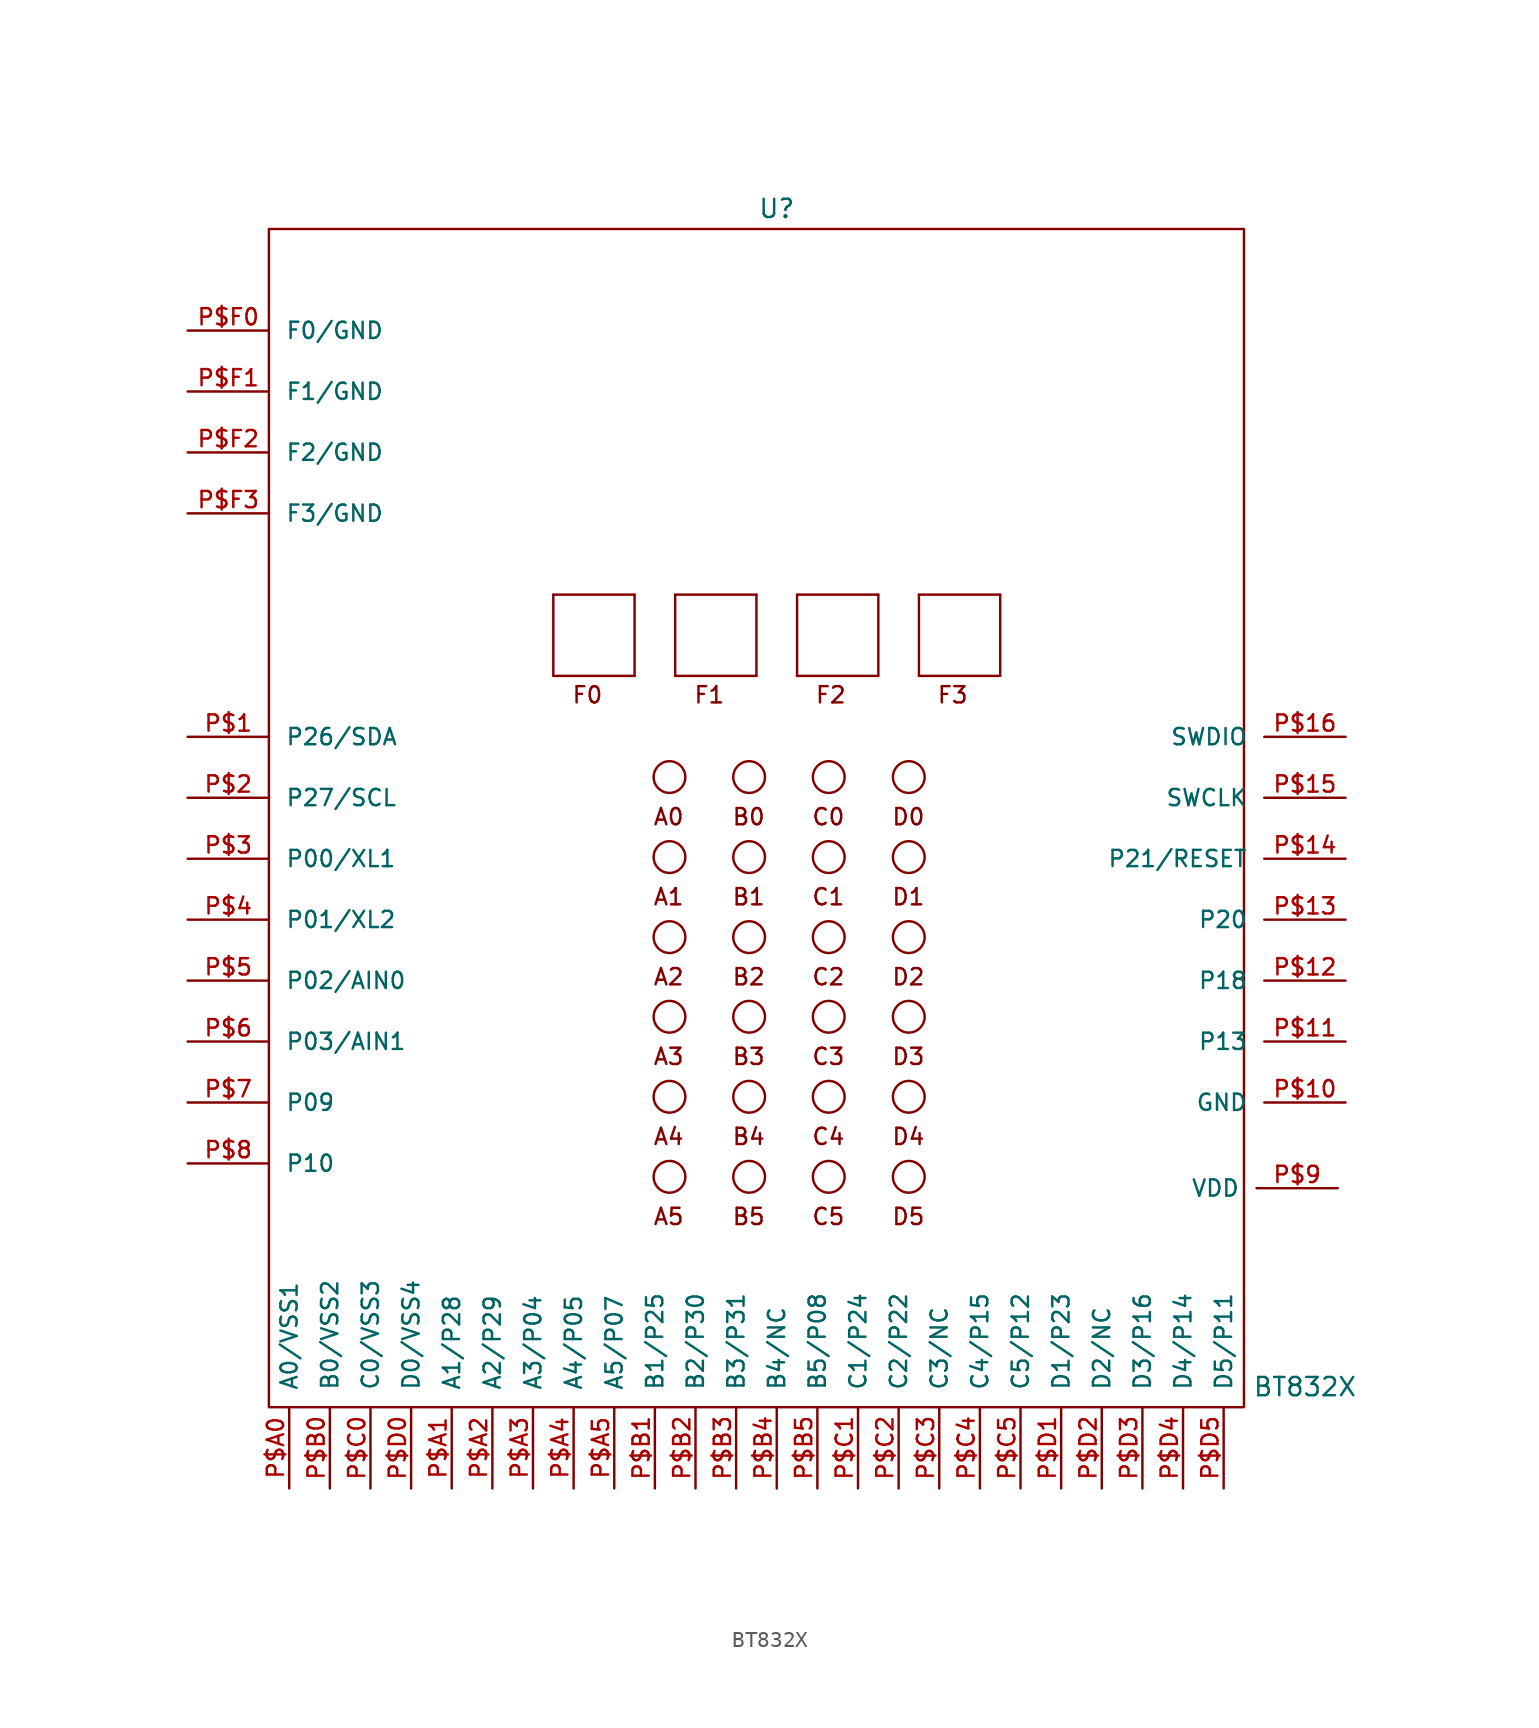
<source format=kicad_sym>
(kicad_symbol_lib
  (version 20220914)
  (generator kicad_symbol_editor)
  (symbol "BT832X"
    (pin_names
      (offset 1.016))
    (property "Reference" "U"
      (at 0 48.26 0)
      (effects (font (size 1.143 1.143))))
    (property "Value" "BT832X"
      (at 33.02 -25.4 0)
      (effects (font (size 1.143 1.143))))
    (property "ki_locked" ""
      (at 0 0 0)
      (effects (font (size 1.27 1.27))))
    (symbol "BT832X_0_1"
      (rectangle (start -31.75 46.99) (end 29.21 -26.67) (stroke (width 0) (type solid)) (fill (type none))))
    (symbol "BT832X_1_0"
      (polyline (pts (xy -13.97 19.05) (xy -13.97 24.13)) (stroke (width 0) (type solid)) (fill (type none)))
      (polyline (pts (xy -13.97 24.13) (xy -8.89 24.13)) (stroke (width 0) (type solid)) (fill (type none)))
      (polyline (pts (xy -8.89 19.05) (xy -13.97 19.05)) (stroke (width 0) (type solid)) (fill (type none)))
      (polyline (pts (xy -8.89 24.13) (xy -8.89 19.05)) (stroke (width 0) (type solid)) (fill (type none)))
      (polyline (pts (xy -6.35 19.05) (xy -6.35 24.13)) (stroke (width 0) (type solid)) (fill (type none)))
      (polyline (pts (xy -6.35 24.13) (xy -1.27 24.13)) (stroke (width 0) (type solid)) (fill (type none)))
      (polyline (pts (xy -1.27 19.05) (xy -6.35 19.05)) (stroke (width 0) (type solid)) (fill (type none)))
      (polyline (pts (xy -1.27 24.13) (xy -1.27 19.05)) (stroke (width 0) (type solid)) (fill (type none)))
      (polyline (pts (xy 1.27 19.05) (xy 1.27 24.13)) (stroke (width 0) (type solid)) (fill (type none)))
      (polyline (pts (xy 1.27 24.13) (xy 6.35 24.13)) (stroke (width 0) (type solid)) (fill (type none)))
      (polyline (pts (xy 6.35 19.05) (xy 1.27 19.05)) (stroke (width 0) (type solid)) (fill (type none)))
      (polyline (pts (xy 6.35 24.13) (xy 6.35 19.05)) (stroke (width 0) (type solid)) (fill (type none)))
      (polyline (pts (xy 8.89 19.05) (xy 8.89 24.13)) (stroke (width 0) (type solid)) (fill (type none)))
      (polyline (pts (xy 8.89 24.13) (xy 13.97 24.13)) (stroke (width 0) (type solid)) (fill (type none)))
      (polyline (pts (xy 13.97 19.05) (xy 8.89 19.05)) (stroke (width 0) (type solid)) (fill (type none)))
      (polyline (pts (xy 13.97 24.13) (xy 13.97 19.05)) (stroke (width 0) (type solid)) (fill (type none)))
      (text "A0" (at -6.756 10.236 0) (effects (font (size 1.016 1.016))))
      (text "A1" (at -6.756 5.232 0) (effects (font (size 1.016 1.016))))
      (text "A2" (at -6.756 0.229 0) (effects (font (size 1.016 1.016))))
      (text "A3" (at -6.756 -4.75 0) (effects (font (size 1.016 1.016))))
      (text "A4" (at -6.756 -9.754 0) (effects (font (size 1.016 1.016))))
      (text "A5" (at -6.756 -14.757 0) (effects (font (size 1.016 1.016))))
      (text "B0" (at -1.753 10.236 0) (effects (font (size 1.016 1.016))))
      (text "B1" (at -1.753 5.232 0) (effects (font (size 1.016 1.016))))
      (text "B2" (at -1.753 0.229 0) (effects (font (size 1.016 1.016))))
      (text "B3" (at -1.753 -4.75 0) (effects (font (size 1.016 1.016))))
      (text "B4" (at -1.753 -9.754 0) (effects (font (size 1.016 1.016))))
      (text "B5" (at -1.753 -14.757 0) (effects (font (size 1.016 1.016))))
      (text "C0" (at 3.226 10.236 0) (effects (font (size 1.016 1.016))))
      (text "C1" (at 3.226 5.232 0) (effects (font (size 1.016 1.016))))
      (text "C2" (at 3.226 0.229 0) (effects (font (size 1.016 1.016))))
      (text "C3" (at 3.226 -4.75 0) (effects (font (size 1.016 1.016))))
      (text "C4" (at 3.226 -9.754 0) (effects (font (size 1.016 1.016))))
      (text "C5" (at 3.226 -14.757 0) (effects (font (size 1.016 1.016))))
      (text "D0" (at 8.23 10.236 0) (effects (font (size 1.016 1.016))))
      (text "D1" (at 8.23 5.232 0) (effects (font (size 1.016 1.016))))
      (text "D2" (at 8.23 0.229 0) (effects (font (size 1.016 1.016))))
      (text "D3" (at 8.23 -4.75 0) (effects (font (size 1.016 1.016))))
      (text "D4" (at 8.23 -9.754 0) (effects (font (size 1.016 1.016))))
      (text "D5" (at 8.23 -14.757 0) (effects (font (size 1.016 1.016))))
      (text "F0" (at -11.836 17.856 0) (effects (font (size 1.016 1.016))))
      (text "F1" (at -4.216 17.856 0) (effects (font (size 1.016 1.016))))
      (text "F2" (at 3.378 17.856 0) (effects (font (size 1.016 1.016))))
      (text "F3" (at 10.998 17.856 0) (effects (font (size 1.016 1.016)))))
    (symbol "BT832X_1_1"
      (circle (center -6.706 -12.268) (radius 0.991) (stroke (width 0) (type solid)) (fill (type none)))
      (circle (center -6.706 -7.264) (radius 0.991) (stroke (width 0) (type solid)) (fill (type none)))
      (circle (center -6.706 -2.261) (radius 0.991) (stroke (width 0) (type solid)) (fill (type none)))
      (circle (center -6.706 2.718) (radius 0.991) (stroke (width 0) (type solid)) (fill (type none)))
      (circle (center -6.706 7.722) (radius 0.991) (stroke (width 0) (type solid)) (fill (type none)))
      (circle (center -6.706 12.725) (radius 0.991) (stroke (width 0) (type solid)) (fill (type none)))
      (circle (center -1.727 -12.268) (radius 0.991) (stroke (width 0) (type solid)) (fill (type none)))
      (circle (center -1.727 -7.264) (radius 0.991) (stroke (width 0) (type solid)) (fill (type none)))
      (circle (center -1.727 -2.261) (radius 0.991) (stroke (width 0) (type solid)) (fill (type none)))
      (circle (center -1.727 2.718) (radius 0.991) (stroke (width 0) (type solid)) (fill (type none)))
      (circle (center -1.727 7.722) (radius 0.991) (stroke (width 0) (type solid)) (fill (type none)))
      (circle (center -1.727 12.725) (radius 0.991) (stroke (width 0) (type solid)) (fill (type none)))
      (circle (center 3.251 -12.268) (radius 0.991) (stroke (width 0) (type solid)) (fill (type none)))
      (circle (center 3.251 -7.264) (radius 0.991) (stroke (width 0) (type solid)) (fill (type none)))
      (circle (center 3.251 -2.261) (radius 0.991) (stroke (width 0) (type solid)) (fill (type none)))
      (circle (center 3.251 2.718) (radius 0.991) (stroke (width 0) (type solid)) (fill (type none)))
      (circle (center 3.251 7.722) (radius 0.991) (stroke (width 0) (type solid)) (fill (type none)))
      (circle (center 3.251 12.725) (radius 0.991) (stroke (width 0) (type solid)) (fill (type none)))
      (circle (center 8.255 -12.268) (radius 0.991) (stroke (width 0) (type solid)) (fill (type none)))
      (circle (center 8.255 -7.264) (radius 0.991) (stroke (width 0) (type solid)) (fill (type none)))
      (circle (center 8.255 -2.261) (radius 0.991) (stroke (width 0) (type solid)) (fill (type none)))
      (circle (center 8.255 2.718) (radius 0.991) (stroke (width 0) (type solid)) (fill (type none)))
      (circle (center 8.255 7.722) (radius 0.991) (stroke (width 0) (type solid)) (fill (type none)))
      (circle (center 8.255 12.725) (radius 0.991) (stroke (width 0) (type solid)) (fill (type none)))
      (pin bidirectional line (at -36.83 15.24 0) (length 5.08) (name "P26/SDA" (effects (font (size 1.016 1.016)))) (number "P$1" (effects (font (size 1.016 1.016)))))
      (pin bidirectional line (at 35.56 -7.62 180) (length 5.08) (name "GND" (effects (font (size 1.016 1.016)))) (number "P$10" (effects (font (size 1.016 1.016)))))
      (pin bidirectional line (at 35.56 -3.81 180) (length 5.08) (name "P13" (effects (font (size 1.016 1.016)))) (number "P$11" (effects (font (size 1.016 1.016)))))
      (pin bidirectional line (at 35.56 0 180) (length 5.08) (name "P18" (effects (font (size 1.016 1.016)))) (number "P$12" (effects (font (size 1.016 1.016)))))
      (pin bidirectional line (at 35.56 3.81 180) (length 5.08) (name "P20" (effects (font (size 1.016 1.016)))) (number "P$13" (effects (font (size 1.016 1.016)))))
      (pin bidirectional line (at 35.56 7.62 180) (length 5.08) (name "P21/RESET" (effects (font (size 1.016 1.016)))) (number "P$14" (effects (font (size 1.016 1.016)))))
      (pin bidirectional line (at 35.56 11.43 180) (length 5.08) (name "SWCLK" (effects (font (size 1.016 1.016)))) (number "P$15" (effects (font (size 1.016 1.016)))))
      (pin bidirectional line (at 35.56 15.24 180) (length 5.08) (name "SWDIO" (effects (font (size 1.016 1.016)))) (number "P$16" (effects (font (size 1.016 1.016)))))
      (pin bidirectional line (at -36.83 11.43 0) (length 5.08) (name "P27/SCL" (effects (font (size 1.016 1.016)))) (number "P$2" (effects (font (size 1.016 1.016)))))
      (pin bidirectional line (at -36.83 7.62 0) (length 5.08) (name "P00/XL1" (effects (font (size 1.016 1.016)))) (number "P$3" (effects (font (size 1.016 1.016)))))
      (pin bidirectional line (at -36.83 3.81 0) (length 5.08) (name "P01/XL2" (effects (font (size 1.016 1.016)))) (number "P$4" (effects (font (size 1.016 1.016)))))
      (pin bidirectional line (at -36.83 0 0) (length 5.08) (name "P02/AIN0" (effects (font (size 1.016 1.016)))) (number "P$5" (effects (font (size 1.016 1.016)))))
      (pin bidirectional line (at -36.83 -3.81 0) (length 5.08) (name "P03/AIN1" (effects (font (size 1.016 1.016)))) (number "P$6" (effects (font (size 1.016 1.016)))))
      (pin bidirectional line (at -36.83 -7.62 0) (length 5.08) (name "P09" (effects (font (size 1.016 1.016)))) (number "P$7" (effects (font (size 1.016 1.016)))))
      (pin bidirectional line (at -36.83 -11.43 0) (length 5.08) (name "P10" (effects (font (size 1.016 1.016)))) (number "P$8" (effects (font (size 1.016 1.016)))))
      (pin bidirectional line (at 35.077 -12.979 180) (length 5.08) (name "VDD" (effects (font (size 1.016 1.016)))) (number "P$9" (effects (font (size 1.016 1.016)))))
      (pin bidirectional line (at -30.48 -31.75 90) (length 5.08) (name "A0/VSS1" (effects (font (size 1.016 1.016)))) (number "P$A0" (effects (font (size 1.016 1.016)))))
      (pin bidirectional line (at -20.32 -31.75 90) (length 5.08) (name "A1/P28" (effects (font (size 1.016 1.016)))) (number "P$A1" (effects (font (size 1.016 1.016)))))
      (pin bidirectional line (at -17.78 -31.75 90) (length 5.08) (name "A2/P29" (effects (font (size 1.016 1.016)))) (number "P$A2" (effects (font (size 1.016 1.016)))))
      (pin bidirectional line (at -15.24 -31.75 90) (length 5.08) (name "A3/P04" (effects (font (size 1.016 1.016)))) (number "P$A3" (effects (font (size 1.016 1.016)))))
      (pin bidirectional line (at -12.7 -31.75 90) (length 5.08) (name "A4/P05" (effects (font (size 1.016 1.016)))) (number "P$A4" (effects (font (size 1.016 1.016)))))
      (pin bidirectional line (at -10.16 -31.75 90) (length 5.08) (name "A5/P07" (effects (font (size 1.016 1.016)))) (number "P$A5" (effects (font (size 1.016 1.016)))))
      (pin bidirectional line (at -27.94 -31.75 90) (length 5.08) (name "B0/VSS2" (effects (font (size 1.016 1.016)))) (number "P$B0" (effects (font (size 1.016 1.016)))))
      (pin bidirectional line (at -7.62 -31.75 90) (length 5.08) (name "B1/P25" (effects (font (size 1.016 1.016)))) (number "P$B1" (effects (font (size 1.016 1.016)))))
      (pin bidirectional line (at -5.08 -31.75 90) (length 5.08) (name "B2/P30" (effects (font (size 1.016 1.016)))) (number "P$B2" (effects (font (size 1.016 1.016)))))
      (pin bidirectional line (at -2.54 -31.75 90) (length 5.08) (name "B3/P31" (effects (font (size 1.016 1.016)))) (number "P$B3" (effects (font (size 1.016 1.016)))))
      (pin bidirectional line (at 0 -31.75 90) (length 5.08) (name "B4/NC" (effects (font (size 1.016 1.016)))) (number "P$B4" (effects (font (size 1.016 1.016)))))
      (pin bidirectional line (at 2.54 -31.75 90) (length 5.08) (name "B5/P08" (effects (font (size 1.016 1.016)))) (number "P$B5" (effects (font (size 1.016 1.016)))))
      (pin bidirectional line (at -25.4 -31.75 90) (length 5.08) (name "C0/VSS3" (effects (font (size 1.016 1.016)))) (number "P$C0" (effects (font (size 1.016 1.016)))))
      (pin bidirectional line (at 5.08 -31.75 90) (length 5.08) (name "C1/P24" (effects (font (size 1.016 1.016)))) (number "P$C1" (effects (font (size 1.016 1.016)))))
      (pin bidirectional line (at 7.62 -31.75 90) (length 5.08) (name "C2/P22" (effects (font (size 1.016 1.016)))) (number "P$C2" (effects (font (size 1.016 1.016)))))
      (pin bidirectional line (at 10.16 -31.75 90) (length 5.08) (name "C3/NC" (effects (font (size 1.016 1.016)))) (number "P$C3" (effects (font (size 1.016 1.016)))))
      (pin bidirectional line (at 12.7 -31.75 90) (length 5.08) (name "C4/P15" (effects (font (size 1.016 1.016)))) (number "P$C4" (effects (font (size 1.016 1.016)))))
      (pin bidirectional line (at 15.24 -31.75 90) (length 5.08) (name "C5/P12" (effects (font (size 1.016 1.016)))) (number "P$C5" (effects (font (size 1.016 1.016)))))
      (pin bidirectional line (at -22.86 -31.75 90) (length 5.08) (name "D0/VSS4" (effects (font (size 1.016 1.016)))) (number "P$D0" (effects (font (size 1.016 1.016)))))
      (pin bidirectional line (at 17.78 -31.75 90) (length 5.08) (name "D1/P23" (effects (font (size 1.016 1.016)))) (number "P$D1" (effects (font (size 1.016 1.016)))))
      (pin bidirectional line (at 20.32 -31.75 90) (length 5.08) (name "D2/NC" (effects (font (size 1.016 1.016)))) (number "P$D2" (effects (font (size 1.016 1.016)))))
      (pin bidirectional line (at 22.86 -31.75 90) (length 5.08) (name "D3/P16" (effects (font (size 1.016 1.016)))) (number "P$D3" (effects (font (size 1.016 1.016)))))
      (pin bidirectional line (at 25.4 -31.75 90) (length 5.08) (name "D4/P14" (effects (font (size 1.016 1.016)))) (number "P$D4" (effects (font (size 1.016 1.016)))))
      (pin bidirectional line (at 27.94 -31.75 90) (length 5.08) (name "D5/P11" (effects (font (size 1.016 1.016)))) (number "P$D5" (effects (font (size 1.016 1.016)))))
      (pin bidirectional line (at -36.83 40.64 0) (length 5.08) (name "F0/GND" (effects (font (size 1.016 1.016)))) (number "P$F0" (effects (font (size 1.016 1.016)))))
      (pin bidirectional line (at -36.83 36.83 0) (length 5.08) (name "F1/GND" (effects (font (size 1.016 1.016)))) (number "P$F1" (effects (font (size 1.016 1.016)))))
      (pin bidirectional line (at -36.83 33.02 0) (length 5.08) (name "F2/GND" (effects (font (size 1.016 1.016)))) (number "P$F2" (effects (font (size 1.016 1.016)))))
      (pin bidirectional line (at -36.83 29.21 0) (length 5.08) (name "F3/GND" (effects (font (size 1.016 1.016)))) (number "P$F3" (effects (font (size 1.016 1.016))))))))
</source>
